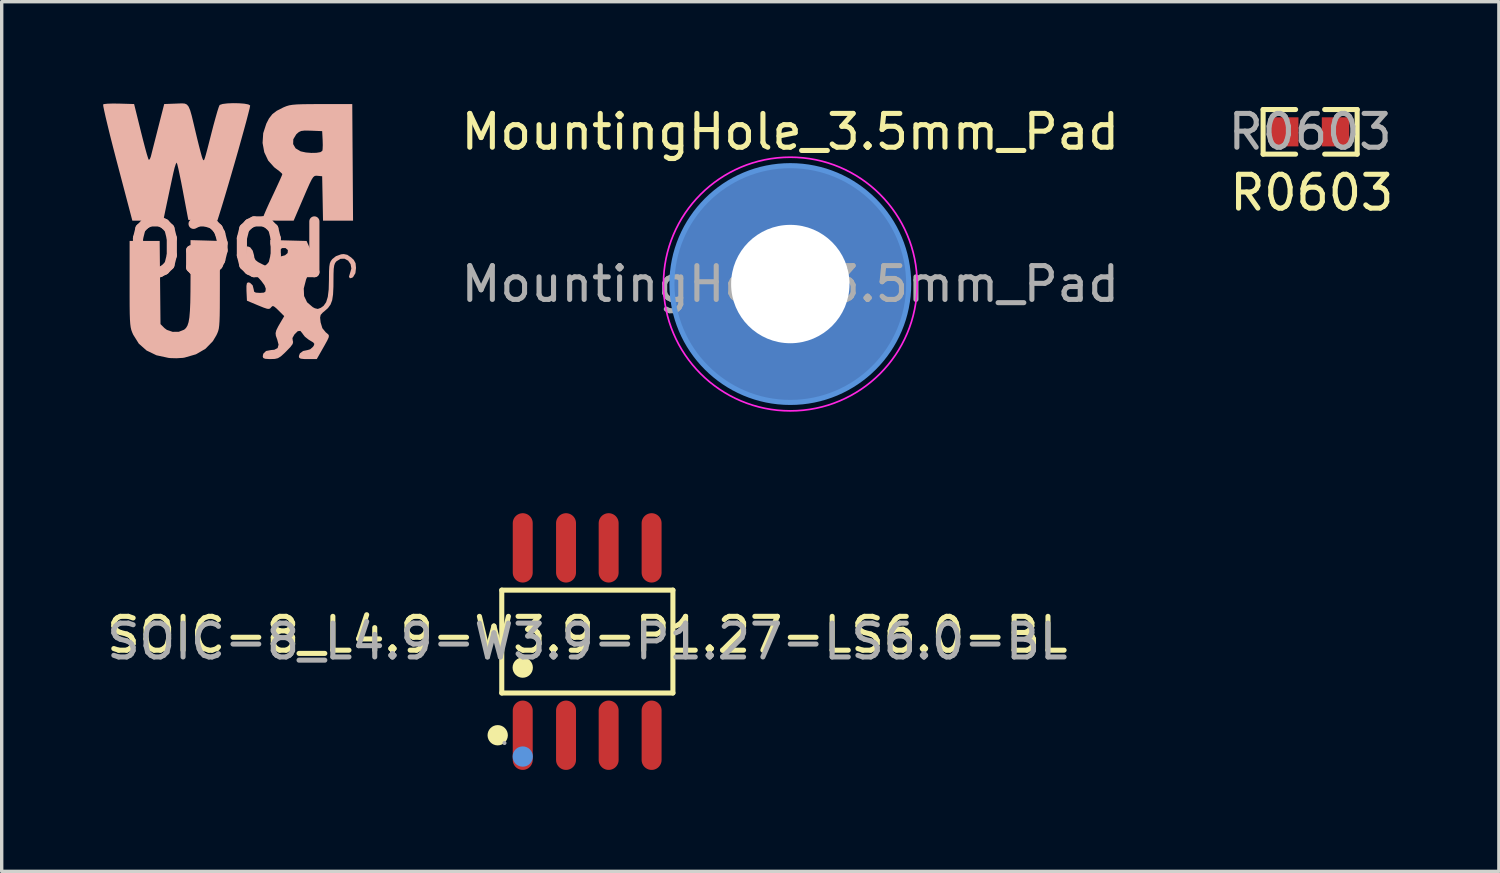
<source format=kicad_pcb>
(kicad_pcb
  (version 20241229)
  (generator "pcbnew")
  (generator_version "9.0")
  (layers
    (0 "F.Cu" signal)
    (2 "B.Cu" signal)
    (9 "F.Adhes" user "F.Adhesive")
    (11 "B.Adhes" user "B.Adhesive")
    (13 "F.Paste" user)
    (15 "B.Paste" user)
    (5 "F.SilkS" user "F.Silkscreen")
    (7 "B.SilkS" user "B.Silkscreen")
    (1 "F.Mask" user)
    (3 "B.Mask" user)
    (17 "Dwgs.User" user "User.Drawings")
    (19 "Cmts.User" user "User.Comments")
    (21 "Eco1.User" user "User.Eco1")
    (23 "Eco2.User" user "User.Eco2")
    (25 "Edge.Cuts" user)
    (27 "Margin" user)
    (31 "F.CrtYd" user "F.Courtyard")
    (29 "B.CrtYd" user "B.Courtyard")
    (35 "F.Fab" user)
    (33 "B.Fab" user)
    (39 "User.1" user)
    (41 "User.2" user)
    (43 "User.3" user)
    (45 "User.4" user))
  (footprint "MountingHole_3.5mm_Pad"
    (layer "F.Cu")
    (at 20.316 5.348)
    (property "Reference" "MountingHole_3.5mm_Pad" (at 0 -4.5 0) (layer "F.SilkS") (effects (font (size 1 1) (thickness 0.15))))
    (attr exclude_from_pos_files exclude_from_bom)
    (fp_circle (center 0 0) (end 3.5 0) (stroke (width 0.15) (type solid)) (fill no) (layer "Cmts.User"))
    (fp_circle (center 0 0) (end 3.75 0) (stroke (width 0.05) (type solid)) (fill no) (layer "F.CrtYd"))
    (fp_text user "${REFERENCE}" (at 0 0 0) (layer "F.Fab") (effects (font (size 1 1) (thickness 0.15))))
    (pad "1" thru_hole circle (at 0 0) (size 7 7) (drill 3.5) (layers "*.Cu" "*.Mask")))
  (footprint "R0603"
    (layer "F.Cu")
    (at 35.685 0.848)
    (property "Reference" "R0603" (at 0.05 1.8 180) (layer "F.SilkS") (effects (font (size 1 1) (thickness 0.15))))
    (attr smd)
    (fp_line (start -1.39 -0.66) (end -0.43 -0.66) (stroke (width 0.15) (type solid)) (layer "F.SilkS"))
    (fp_line (start -1.39 0.66) (end -1.39 -0.66) (stroke (width 0.15) (type solid)) (layer "F.SilkS"))
    (fp_line (start -0.43 0.66) (end -1.39 0.66) (stroke (width 0.15) (type solid)) (layer "F.SilkS"))
    (fp_line (start 0.43 0.66) (end 1.39 0.66) (stroke (width 0.15) (type solid)) (layer "F.SilkS"))
    (fp_line (start 1.39 -0.66) (end 0.43 -0.66) (stroke (width 0.15) (type solid)) (layer "F.SilkS"))
    (fp_line (start 1.39 0.66) (end 1.39 -0.66) (stroke (width 0.15) (type solid)) (layer "F.SilkS"))
    (fp_circle (center -0.8 0.4) (end -0.77 0.4) (stroke (width 0.06) (type solid)) (fill no) (layer "F.Fab"))
    (fp_text user "${REFERENCE}" (at 0 0 180) (layer "F.Fab") (effects (font (size 1 1) (thickness 0.15))))
    (pad "1" smd rect (at -0.75 0) (size 0.81 0.86) (layers "F.Cu" "F.Mask" "F.Paste"))
    (pad "2" smd rect (at 0.75 0) (size 0.81 0.86) (layers "F.Cu" "F.Mask" "F.Paste")))
  (footprint "SOIC-8_L4.9-W3.9-P1.27-LS6.0-BL"
    (layer "F.Cu")
    (at 14.315 15.918)
    (property "Reference" "SOIC-8_L4.9-W3.9-P1.27-LS6.0-BL" (at 0 -0.2 180) (layer "F.SilkS") (effects (font (size 1 1) (thickness 0.15))))
    (attr smd)
    (fp_line (start -2.53 -1.52) (end 2.53 -1.52) (stroke (width 0.15) (type solid)) (layer "F.SilkS"))
    (fp_line (start -2.53 1.52) (end -2.53 -1.52) (stroke (width 0.15) (type solid)) (layer "F.SilkS"))
    (fp_line (start 2.53 -1.52) (end 2.53 1.52) (stroke (width 0.15) (type solid)) (layer "F.SilkS"))
    (fp_line (start 2.53 1.52) (end -2.53 1.52) (stroke (width 0.15) (type solid)) (layer "F.SilkS"))
    (fp_circle (center -2.65 2.77) (end -2.5 2.77) (stroke (width 0.3) (type solid)) (fill no) (layer "F.SilkS"))
    (fp_circle (center -1.91 0.77) (end -1.76 0.77) (stroke (width 0.3) (type solid)) (fill no) (layer "F.SilkS"))
    (fp_circle (center -1.91 3.4) (end -1.76 3.4) (stroke (width 0.3) (type solid)) (fill no) (layer "Cmts.User"))
    (fp_circle (center -2.45 3) (end -2.42 3) (stroke (width 0.06) (type solid)) (fill no) (layer "F.Fab"))
    (fp_text user "${REFERENCE}" (at 0 0 180) (layer "F.Fab") (effects (font (size 1 1) (thickness 0.15))))
    (pad "1" smd oval (at -1.91 2.77) (size 0.59 2.05) (layers "F.Cu" "F.Mask" "F.Paste"))
    (pad "2" smd oval (at -0.63 2.77) (size 0.59 2.05) (layers "F.Cu" "F.Mask" "F.Paste"))
    (pad "3" smd oval (at 0.63 2.77) (size 0.59 2.05) (layers "F.Cu" "F.Mask" "F.Paste"))
    (pad "4" smd oval (at 1.9 2.77) (size 0.59 2.05) (layers "F.Cu" "F.Mask" "F.Paste"))
    (pad "5" smd oval (at 1.9 -2.77) (size 0.59 2.05) (layers "F.Cu" "F.Mask" "F.Paste"))
    (pad "6" smd oval (at 0.63 -2.77) (size 0.59 2.05) (layers "F.Cu" "F.Mask" "F.Paste"))
    (pad "7" smd oval (at -0.63 -2.77) (size 0.59 2.05) (layers "F.Cu" "F.Mask" "F.Paste"))
    (pad "8" smd oval (at -1.91 -2.77) (size 0.59 2.05) (layers "F.Cu" "F.Mask" "F.Paste")))
  (footprint "LOGO"
    (layer "F.Cu")
    (at 3.673 3.318)
    (property "Reference" "LOGO" (at 0 1 0) (layer "B.SilkS") (effects (font (size 1.5 1.5) (thickness 0.3)) (justify mirror)))
    (attr board_only exclude_from_pos_files exclude_from_bom)
    (fp_poly (pts (xy -1.09 1.856) (xy -1.092 2.255) (xy -1.097 2.575) (xy -1.108 2.826) (xy -1.124 3.017) (xy -1.148 3.157) (xy -1.181 3.258) (xy -1.224 3.329) (xy -1.277 3.378) (xy -1.279 3.379) (xy -1.438 3.442) (xy -1.62 3.443) (xy -1.788 3.386) (xy -1.862 3.331) (xy -1.978 3.214) (xy -1.99 1.985) (xy -2.002 0.756) (xy -2.447 0.756) (xy -2.891 0.756) (xy -2.891 2.024) (xy -2.891 2.394) (xy -2.89 2.686) (xy -2.887 2.912) (xy -2.881 3.084) (xy -2.872 3.212) (xy -2.859 3.309) (xy -2.841 3.386) (xy -2.817 3.454) (xy -2.786 3.524) (xy -2.785 3.527) (xy -2.619 3.792) (xy -2.39 3.995) (xy -2.098 4.136) (xy -1.743 4.213) (xy -1.69 4.219) (xy -1.508 4.224) (xy -1.32 4.213) (xy -1.268 4.205) (xy -0.929 4.107) (xy -0.649 3.945) (xy -0.431 3.721) (xy -0.326 3.546) (xy -0.296 3.482) (xy -0.272 3.42) (xy -0.254 3.348) (xy -0.242 3.255) (xy -0.233 3.129) (xy -0.227 2.96) (xy -0.224 2.736) (xy -0.223 2.447) (xy -0.222 2.08) (xy -0.222 2.046) (xy -0.222 0.756) (xy -0.656 0.743) (xy -1.09 0.731)) (stroke (width 0) (type solid)) (fill yes) (layer "B.SilkS"))
    (fp_poly (pts (xy 2.78 -3.291) (xy 2.469 -3.29) (xy 2.233 -3.287) (xy 2.057 -3.281) (xy 1.927 -3.27) (xy 1.828 -3.254) (xy 1.747 -3.23) (xy 1.668 -3.198) (xy 1.648 -3.189) (xy 1.458 -3.092) (xy 1.328 -2.992) (xy 1.229 -2.864) (xy 1.151 -2.713) (xy 1.059 -2.43) (xy 1.04 -2.142) (xy 1.09 -1.867) (xy 1.206 -1.621) (xy 1.383 -1.423) (xy 1.43 -1.387) (xy 1.538 -1.305) (xy 1.609 -1.241) (xy 1.624 -1.219) (xy 1.606 -1.169) (xy 1.556 -1.054) (xy 1.48 -0.889) (xy 1.387 -0.687) (xy 1.335 -0.577) (xy 1.234 -0.36) (xy 1.148 -0.169) (xy 1.084 -0.019) (xy 1.05 0.075) (xy 1.045 0.095) (xy 1.065 0.123) (xy 1.131 0.142) (xy 1.257 0.152) (xy 1.457 0.156) (xy 1.502 0.156) (xy 1.959 0.156) (xy 2.246 -0.514) (xy 2.352 -0.761) (xy 2.431 -0.938) (xy 2.49 -1.057) (xy 2.536 -1.128) (xy 2.576 -1.162) (xy 2.618 -1.173) (xy 2.668 -1.17) (xy 2.802 -1.157) (xy 2.815 -0.5) (xy 2.827 0.156) (xy 3.271 0.156) (xy 3.715 0.156) (xy 3.704 -1.568) (xy 3.7 -2.077) (xy 2.82 -2.077) (xy 2.815 -1.957) (xy 2.806 -1.907) (xy 2.75 -1.87) (xy 2.632 -1.85) (xy 2.48 -1.847) (xy 2.32 -1.86) (xy 2.177 -1.891) (xy 2.163 -1.895) (xy 2.016 -1.983) (xy 1.944 -2.108) (xy 1.949 -2.252) (xy 2.036 -2.396) (xy 2.046 -2.406) (xy 2.113 -2.464) (xy 2.184 -2.496) (xy 2.287 -2.508) (xy 2.448 -2.505) (xy 2.48 -2.504) (xy 2.802 -2.491) (xy 2.816 -2.229) (xy 2.82 -2.077) (xy 3.7 -2.077) (xy 3.692 -3.292)) (stroke (width 0) (type solid)) (fill yes) (layer "B.SilkS"))
    (fp_poly (pts (xy -0.003 -3.311) (xy -0.141 -3.294) (xy -0.223 -3.267) (xy -0.232 -3.258) (xy -0.257 -3.198) (xy -0.299 -3.068) (xy -0.352 -2.881) (xy -0.414 -2.655) (xy -0.462 -2.469) (xy -0.538 -2.172) (xy -0.595 -1.951) (xy -0.637 -1.796) (xy -0.666 -1.697) (xy -0.686 -1.645) (xy -0.702 -1.628) (xy -0.715 -1.638) (xy -0.729 -1.664) (xy -0.731 -1.668) (xy -0.754 -1.733) (xy -0.791 -1.868) (xy -0.84 -2.056) (xy -0.896 -2.282) (xy -0.93 -2.424) (xy -1.001 -2.724) (xy -1.055 -2.948) (xy -1.101 -3.108) (xy -1.146 -3.214) (xy -1.196 -3.276) (xy -1.259 -3.305) (xy -1.341 -3.312) (xy -1.451 -3.308) (xy -1.523 -3.305) (xy -1.868 -3.292) (xy -2.05 -2.58) (xy -2.113 -2.331) (xy -2.171 -2.104) (xy -2.219 -1.916) (xy -2.252 -1.785) (xy -2.263 -1.741) (xy -2.294 -1.661) (xy -2.325 -1.643) (xy -2.326 -1.644) (xy -2.346 -1.695) (xy -2.384 -1.818) (xy -2.434 -2) (xy -2.493 -2.226) (xy -2.558 -2.482) (xy -2.558 -2.483) (xy -2.758 -3.292) (xy -3.199 -3.305) (xy -3.389 -3.307) (xy -3.546 -3.302) (xy -3.647 -3.291) (xy -3.673 -3.282) (xy -3.67 -3.233) (xy -3.645 -3.107) (xy -3.602 -2.914) (xy -3.542 -2.664) (xy -3.469 -2.364) (xy -3.383 -2.026) (xy -3.288 -1.659) (xy -3.258 -1.546) (xy -2.81 0.156) (xy -2.35 0.156) (xy -2.16 0.154) (xy -2.008 0.149) (xy -1.913 0.143) (xy -1.891 0.137) (xy -1.882 0.088) (xy -1.857 -0.035) (xy -1.819 -0.219) (xy -1.77 -0.45) (xy -1.714 -0.715) (xy -1.653 -1.002) (xy -1.597 -1.26) (xy -1.56 -1.412) (xy -1.526 -1.517) (xy -1.501 -1.559) (xy -1.497 -1.557) (xy -1.48 -1.506) (xy -1.45 -1.382) (xy -1.411 -1.198) (xy -1.364 -0.969) (xy -1.314 -0.709) (xy -1.312 -0.697) (xy -1.156 0.133) (xy -0.727 0.146) (xy -0.297 0.159) (xy -0.251 0.013) (xy -0.169 -0.25) (xy -0.078 -0.551) (xy 0.019 -0.878) (xy 0.119 -1.221) (xy 0.22 -1.569) (xy 0.318 -1.911) (xy 0.409 -2.237) (xy 0.492 -2.536) (xy 0.563 -2.796) (xy 0.618 -3.008) (xy 0.656 -3.159) (xy 0.672 -3.241) (xy 0.672 -3.251) (xy 0.618 -3.281) (xy 0.5 -3.303) (xy 0.341 -3.315) (xy 0.165 -3.318)) (stroke (width 0) (type solid)) (fill yes) (layer "B.SilkS"))
    (fp_poly (pts (xy 1.268 0.839) (xy 1.294 0.946) (xy 1.358 1.041) (xy 1.433 1.089) (xy 1.443 1.09) (xy 1.499 1.06) (xy 1.535 1.023) (xy 1.623 0.966) (xy 1.719 0.966) (xy 1.785 1.023) (xy 1.788 1.03) (xy 1.781 1.114) (xy 1.705 1.179) (xy 1.579 1.213) (xy 1.479 1.214) (xy 1.357 1.219) (xy 1.312 1.26) (xy 1.349 1.327) (xy 1.403 1.37) (xy 1.463 1.419) (xy 1.455 1.455) (xy 1.391 1.5) (xy 1.327 1.534) (xy 1.261 1.538) (xy 1.168 1.507) (xy 1.045 1.451) (xy 0.907 1.38) (xy 0.832 1.321) (xy 0.798 1.252) (xy 0.787 1.179) (xy 0.749 1.043) (xy 0.675 0.945) (xy 0.592 0.912) (xy 0.573 0.952) (xy 0.56 1.058) (xy 0.556 1.19) (xy 0.556 1.468) (xy 0.845 1.764) (xy 1.003 1.937) (xy 1.097 2.066) (xy 1.133 2.161) (xy 1.134 2.176) (xy 1.125 2.25) (xy 1.081 2.283) (xy 0.977 2.291) (xy 0.956 2.291) (xy 0.841 2.284) (xy 0.79 2.255) (xy 0.778 2.19) (xy 0.778 2.189) (xy 0.747 2.068) (xy 0.668 1.992) (xy 0.612 1.98) (xy 0.578 2.003) (xy 0.563 2.085) (xy 0.564 2.238) (xy 0.565 2.251) (xy 0.578 2.522) (xy 0.906 2.66) (xy 1.071 2.727) (xy 1.174 2.761) (xy 1.234 2.765) (xy 1.272 2.743) (xy 1.29 2.721) (xy 1.328 2.683) (xy 1.373 2.688) (xy 1.444 2.745) (xy 1.513 2.812) (xy 1.68 2.979) (xy 1.601 3.113) (xy 1.503 3.281) (xy 1.446 3.396) (xy 1.425 3.481) (xy 1.433 3.559) (xy 1.467 3.654) (xy 1.472 3.666) (xy 1.513 3.822) (xy 1.485 3.923) (xy 1.387 3.973) (xy 1.293 3.981) (xy 1.144 4.009) (xy 1.061 4.09) (xy 1.045 4.168) (xy 1.06 4.216) (xy 1.116 4.24) (xy 1.236 4.248) (xy 1.277 4.248) (xy 1.402 4.244) (xy 1.494 4.222) (xy 1.58 4.169) (xy 1.69 4.07) (xy 1.742 4.018) (xy 1.865 3.89) (xy 1.929 3.803) (xy 1.943 3.741) (xy 1.934 3.712) (xy 1.923 3.627) (xy 1.982 3.521) (xy 1.984 3.519) (xy 2.08 3.424) (xy 2.157 3.415) (xy 2.219 3.49) (xy 2.225 3.502) (xy 2.291 3.587) (xy 2.401 3.674) (xy 2.434 3.694) (xy 2.536 3.755) (xy 2.571 3.8) (xy 2.553 3.853) (xy 2.532 3.884) (xy 2.449 3.958) (xy 2.374 3.981) (xy 2.239 4.009) (xy 2.144 4.079) (xy 2.113 4.161) (xy 2.123 4.21) (xy 2.167 4.236) (xy 2.266 4.247) (xy 2.378 4.248) (xy 2.643 4.248) (xy 2.763 4.037) (xy 2.876 3.838) (xy 2.951 3.702) (xy 2.992 3.614) (xy 3.002 3.56) (xy 2.986 3.523) (xy 2.948 3.489) (xy 2.908 3.457) (xy 2.808 3.335) (xy 2.756 3.162) (xy 2.755 3.152) (xy 2.741 3.022) (xy 2.758 2.942) (xy 2.818 2.875) (xy 2.864 2.838) (xy 2.973 2.741) (xy 3.049 2.637) (xy 3.098 2.509) (xy 3.124 2.337) (xy 3.135 2.104) (xy 3.136 1.959) (xy 3.138 1.733) (xy 3.144 1.578) (xy 3.159 1.477) (xy 3.183 1.41) (xy 3.221 1.361) (xy 3.225 1.357) (xy 3.346 1.283) (xy 3.466 1.282) (xy 3.57 1.339) (xy 3.642 1.441) (xy 3.665 1.571) (xy 3.623 1.716) (xy 3.594 1.813) (xy 3.622 1.86) (xy 3.69 1.843) (xy 3.719 1.82) (xy 3.785 1.708) (xy 3.803 1.554) (xy 3.79 1.415) (xy 3.737 1.317) (xy 3.661 1.245) (xy 3.546 1.166) (xy 3.439 1.143) (xy 3.361 1.151) (xy 3.208 1.207) (xy 3.103 1.291) (xy 3.058 1.35) (xy 3.029 1.417) (xy 3.013 1.513) (xy 3.005 1.656) (xy 3.003 1.865) (xy 3.003 1.897) (xy 2.995 2.191) (xy 2.968 2.41) (xy 2.919 2.567) (xy 2.844 2.674) (xy 2.76 2.734) (xy 2.672 2.766) (xy 2.586 2.746) (xy 2.524 2.713) (xy 2.357 2.57) (xy 2.268 2.385) (xy 2.258 2.161) (xy 2.326 1.897) (xy 2.361 1.814) (xy 2.464 1.529) (xy 2.501 1.284) (xy 2.471 1.064) (xy 2.431 0.956) (xy 2.341 0.756) (xy 1.804 0.742) (xy 1.268 0.728)) (stroke (width 0) (type solid)) (fill yes) (layer "B.SilkS")))
  (gr_rect
    (start -3 -3)
    (end 41.265 22.713)
    (stroke (width 0.1) (type default))
    (fill no)
    (layer "Edge.Cuts")))
</source>
